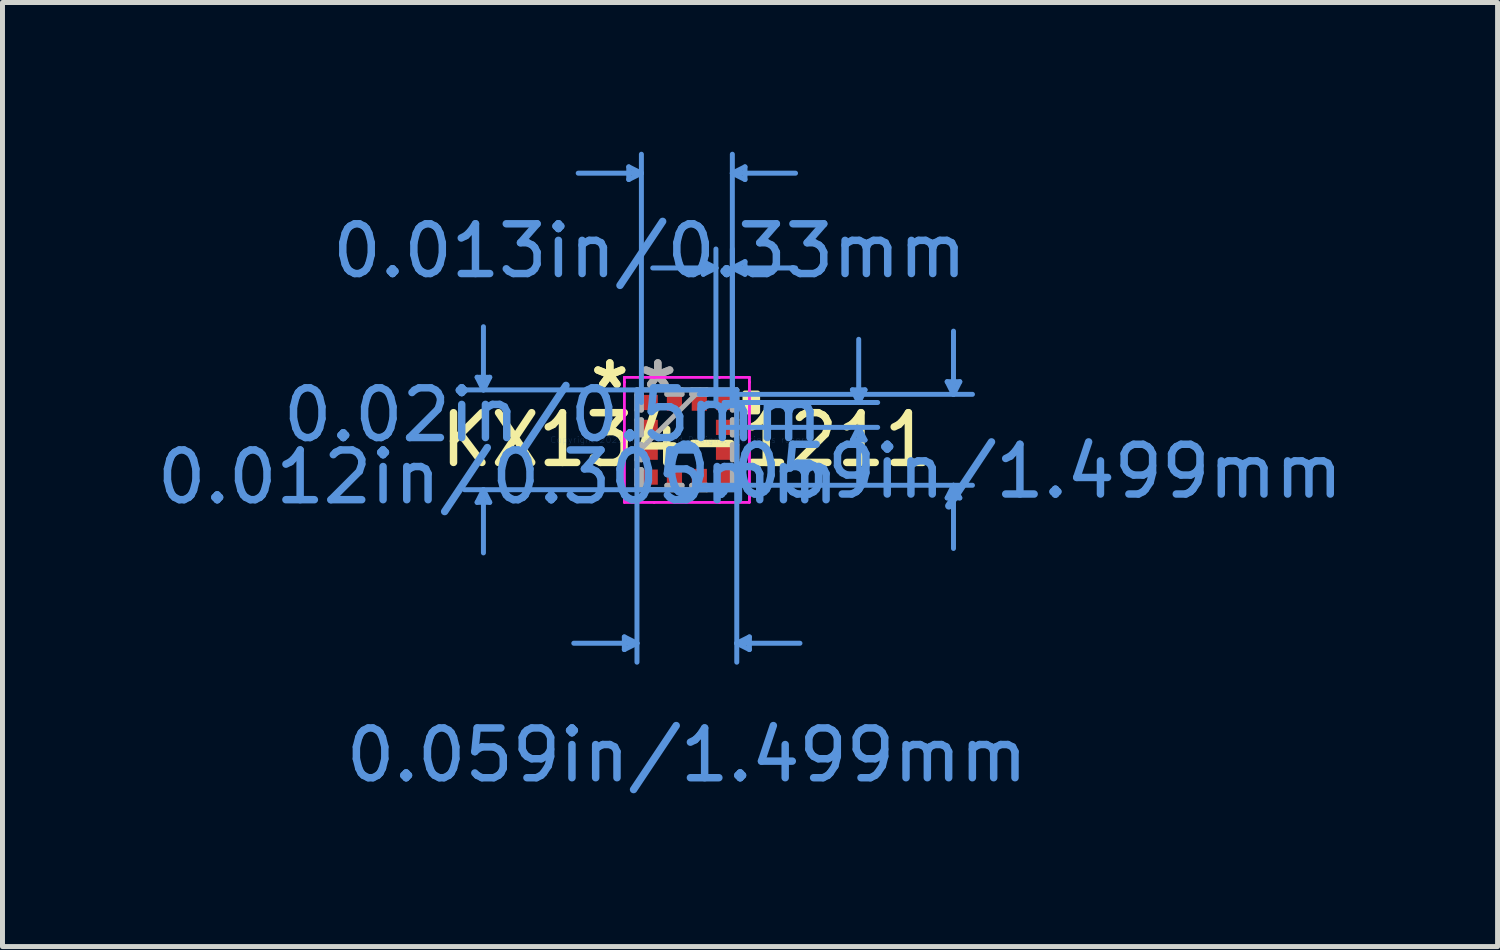
<source format=kicad_pcb>
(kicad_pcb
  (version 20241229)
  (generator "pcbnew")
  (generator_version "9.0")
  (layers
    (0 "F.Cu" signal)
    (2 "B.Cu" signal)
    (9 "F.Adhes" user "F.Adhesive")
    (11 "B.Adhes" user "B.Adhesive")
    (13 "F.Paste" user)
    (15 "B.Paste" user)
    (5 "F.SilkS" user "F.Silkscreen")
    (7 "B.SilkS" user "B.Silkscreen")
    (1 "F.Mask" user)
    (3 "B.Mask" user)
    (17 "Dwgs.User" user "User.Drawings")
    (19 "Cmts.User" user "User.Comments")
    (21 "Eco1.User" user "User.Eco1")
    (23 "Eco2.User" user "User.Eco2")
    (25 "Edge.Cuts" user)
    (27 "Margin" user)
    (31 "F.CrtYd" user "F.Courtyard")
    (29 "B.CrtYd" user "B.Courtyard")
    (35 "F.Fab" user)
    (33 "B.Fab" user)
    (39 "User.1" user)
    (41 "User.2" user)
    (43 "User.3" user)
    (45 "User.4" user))
  (footprint "KX134-1211"
    (layer "F.Cu")
    (at 10.756 5.79)
    (property "Reference" "KX134-1211" (at 0 0 0) (layer "F.SilkS") (effects (font (size 1 1) (thickness 0.15))))
    (attr through_hole)
    (fp_poly (pts (xy 1.422 -0.941) (xy 1.422 -0.56) (xy 1.168 -0.56) (xy 1.168 -0.941)) (stroke (width 0.1) (type solid)) (fill yes) (layer "F.SilkS"))
    (fp_line (start -4.216 -1.257) (end -3.962 -1.257) (stroke (width 0.1) (type solid)) (layer "Cmts.User"))
    (fp_line (start -4.216 1.257) (end -3.962 1.257) (stroke (width 0.1) (type solid)) (layer "Cmts.User"))
    (fp_line (start -4.089 -1.003) (end -4.216 -1.257) (stroke (width 0.1) (type solid)) (layer "Cmts.User"))
    (fp_line (start -4.089 -1.003) (end -4.089 -2.273) (stroke (width 0.1) (type solid)) (layer "Cmts.User"))
    (fp_line (start -4.089 -1.003) (end -3.962 -1.257) (stroke (width 0.1) (type solid)) (layer "Cmts.User"))
    (fp_line (start -4.089 1.003) (end -4.216 1.257) (stroke (width 0.1) (type solid)) (layer "Cmts.User"))
    (fp_line (start -4.089 1.003) (end -4.089 2.273) (stroke (width 0.1) (type solid)) (layer "Cmts.User"))
    (fp_line (start -4.089 1.003) (end -3.962 1.257) (stroke (width 0.1) (type solid)) (layer "Cmts.User"))
    (fp_line (start -1.257 3.962) (end -1.257 4.216) (stroke (width 0.1) (type solid)) (layer "Cmts.User"))
    (fp_line (start -1.168 -5.486) (end -1.168 -5.232) (stroke (width 0.1) (type solid)) (layer "Cmts.User"))
    (fp_line (start -1.003 -1.003) (end -1.003 4.47) (stroke (width 0.1) (type solid)) (layer "Cmts.User"))
    (fp_line (start -1.003 4.089) (end -2.273 4.089) (stroke (width 0.1) (type solid)) (layer "Cmts.User"))
    (fp_line (start -1.003 4.089) (end -1.257 3.962) (stroke (width 0.1) (type solid)) (layer "Cmts.User"))
    (fp_line (start -1.003 4.089) (end -1.257 4.216) (stroke (width 0.1) (type solid)) (layer "Cmts.User"))
    (fp_line (start -0.914 -5.359) (end -2.184 -5.359) (stroke (width 0.1) (type solid)) (layer "Cmts.User"))
    (fp_line (start -0.914 -5.359) (end -1.168 -5.486) (stroke (width 0.1) (type solid)) (layer "Cmts.User"))
    (fp_line (start -0.914 -5.359) (end -1.168 -5.232) (stroke (width 0.1) (type solid)) (layer "Cmts.User"))
    (fp_line (start -0.914 -0.75) (end -0.914 -5.74) (stroke (width 0.1) (type solid)) (layer "Cmts.User"))
    (fp_line (start 0.25 -0.914) (end 5.74 -0.914) (stroke (width 0.1) (type solid)) (layer "Cmts.User"))
    (fp_line (start 0.25 0.914) (end 5.74 0.914) (stroke (width 0.1) (type solid)) (layer "Cmts.User"))
    (fp_line (start 0.33 -3.581) (end 0.33 -3.327) (stroke (width 0.1) (type solid)) (layer "Cmts.User"))
    (fp_line (start 0.584 -3.454) (end -0.686 -3.454) (stroke (width 0.1) (type solid)) (layer "Cmts.User"))
    (fp_line (start 0.584 -3.454) (end 0.33 -3.581) (stroke (width 0.1) (type solid)) (layer "Cmts.User"))
    (fp_line (start 0.584 -3.454) (end 0.33 -3.327) (stroke (width 0.1) (type solid)) (layer "Cmts.User"))
    (fp_line (start 0.584 -0.75) (end 0.584 -3.835) (stroke (width 0.1) (type solid)) (layer "Cmts.User"))
    (fp_line (start 0.749 -0.75) (end 3.835 -0.75) (stroke (width 0.1) (type solid)) (layer "Cmts.User"))
    (fp_line (start 0.749 -0.25) (end 3.835 -0.25) (stroke (width 0.1) (type solid)) (layer "Cmts.User"))
    (fp_line (start 0.914 -5.359) (end 1.168 -5.486) (stroke (width 0.1) (type solid)) (layer "Cmts.User"))
    (fp_line (start 0.914 -5.359) (end 1.168 -5.232) (stroke (width 0.1) (type solid)) (layer "Cmts.User"))
    (fp_line (start 0.914 -5.359) (end 2.184 -5.359) (stroke (width 0.1) (type solid)) (layer "Cmts.User"))
    (fp_line (start 0.914 -3.454) (end 1.168 -3.581) (stroke (width 0.1) (type solid)) (layer "Cmts.User"))
    (fp_line (start 0.914 -3.454) (end 1.168 -3.327) (stroke (width 0.1) (type solid)) (layer "Cmts.User"))
    (fp_line (start 0.914 -3.454) (end 2.184 -3.454) (stroke (width 0.1) (type solid)) (layer "Cmts.User"))
    (fp_line (start 0.914 -0.75) (end 0.914 -5.74) (stroke (width 0.1) (type solid)) (layer "Cmts.User"))
    (fp_line (start 0.914 -0.75) (end 0.914 -3.835) (stroke (width 0.1) (type solid)) (layer "Cmts.User"))
    (fp_line (start 1.003 -1.003) (end -4.47 -1.003) (stroke (width 0.1) (type solid)) (layer "Cmts.User"))
    (fp_line (start 1.003 -1.003) (end 1.003 4.47) (stroke (width 0.1) (type solid)) (layer "Cmts.User"))
    (fp_line (start 1.003 1.003) (end -4.47 1.003) (stroke (width 0.1) (type solid)) (layer "Cmts.User"))
    (fp_line (start 1.003 4.089) (end 1.257 3.962) (stroke (width 0.1) (type solid)) (layer "Cmts.User"))
    (fp_line (start 1.003 4.089) (end 1.257 4.216) (stroke (width 0.1) (type solid)) (layer "Cmts.User"))
    (fp_line (start 1.003 4.089) (end 2.273 4.089) (stroke (width 0.1) (type solid)) (layer "Cmts.User"))
    (fp_line (start 1.168 -5.486) (end 1.168 -5.232) (stroke (width 0.1) (type solid)) (layer "Cmts.User"))
    (fp_line (start 1.168 -3.581) (end 1.168 -3.327) (stroke (width 0.1) (type solid)) (layer "Cmts.User"))
    (fp_line (start 1.257 3.962) (end 1.257 4.216) (stroke (width 0.1) (type solid)) (layer "Cmts.User"))
    (fp_line (start 3.327 -1.004) (end 3.581 -1.004) (stroke (width 0.1) (type solid)) (layer "Cmts.User"))
    (fp_line (start 3.327 0.004) (end 3.581 0.004) (stroke (width 0.1) (type solid)) (layer "Cmts.User"))
    (fp_line (start 3.454 -0.75) (end 3.327 -1.004) (stroke (width 0.1) (type solid)) (layer "Cmts.User"))
    (fp_line (start 3.454 -0.75) (end 3.454 -2.02) (stroke (width 0.1) (type solid)) (layer "Cmts.User"))
    (fp_line (start 3.454 -0.75) (end 3.581 -1.004) (stroke (width 0.1) (type solid)) (layer "Cmts.User"))
    (fp_line (start 3.454 -0.25) (end 3.327 0.004) (stroke (width 0.1) (type solid)) (layer "Cmts.User"))
    (fp_line (start 3.454 -0.25) (end 3.454 1.02) (stroke (width 0.1) (type solid)) (layer "Cmts.User"))
    (fp_line (start 3.454 -0.25) (end 3.581 0.004) (stroke (width 0.1) (type solid)) (layer "Cmts.User"))
    (fp_line (start 5.232 -1.168) (end 5.486 -1.168) (stroke (width 0.1) (type solid)) (layer "Cmts.User"))
    (fp_line (start 5.232 1.168) (end 5.486 1.168) (stroke (width 0.1) (type solid)) (layer "Cmts.User"))
    (fp_line (start 5.359 -0.914) (end 5.232 -1.168) (stroke (width 0.1) (type solid)) (layer "Cmts.User"))
    (fp_line (start 5.359 -0.914) (end 5.359 -2.184) (stroke (width 0.1) (type solid)) (layer "Cmts.User"))
    (fp_line (start 5.359 -0.914) (end 5.486 -1.168) (stroke (width 0.1) (type solid)) (layer "Cmts.User"))
    (fp_line (start 5.359 0.914) (end 5.232 1.168) (stroke (width 0.1) (type solid)) (layer "Cmts.User"))
    (fp_line (start 5.359 0.914) (end 5.359 2.184) (stroke (width 0.1) (type solid)) (layer "Cmts.User"))
    (fp_line (start 5.359 0.914) (end 5.486 1.168) (stroke (width 0.1) (type solid)) (layer "Cmts.User"))
    (fp_line (start -1.257 -1.257) (end -0.656 -1.257) (stroke (width 0.05) (type solid)) (layer "F.CrtYd"))
    (fp_line (start -1.257 -1.257) (end -0.656 -1.257) (stroke (width 0.05) (type solid)) (layer "F.CrtYd"))
    (fp_line (start -1.257 -1.156) (end -1.257 -1.257) (stroke (width 0.05) (type solid)) (layer "F.CrtYd"))
    (fp_line (start -1.257 -1.156) (end -1.257 -1.257) (stroke (width 0.05) (type solid)) (layer "F.CrtYd"))
    (fp_line (start -1.257 -1.156) (end -1.257 -1.156) (stroke (width 0.05) (type solid)) (layer "F.CrtYd"))
    (fp_line (start -1.257 -1.156) (end -1.257 -1.156) (stroke (width 0.05) (type solid)) (layer "F.CrtYd"))
    (fp_line (start -1.257 1.156) (end -1.257 -1.156) (stroke (width 0.05) (type solid)) (layer "F.CrtYd"))
    (fp_line (start -1.257 1.156) (end -1.257 -1.156) (stroke (width 0.05) (type solid)) (layer "F.CrtYd"))
    (fp_line (start -1.257 1.156) (end -1.257 1.156) (stroke (width 0.05) (type solid)) (layer "F.CrtYd"))
    (fp_line (start -1.257 1.156) (end -1.257 1.156) (stroke (width 0.05) (type solid)) (layer "F.CrtYd"))
    (fp_line (start -1.257 1.257) (end -1.257 1.156) (stroke (width 0.05) (type solid)) (layer "F.CrtYd"))
    (fp_line (start -1.257 1.257) (end -1.257 1.156) (stroke (width 0.05) (type solid)) (layer "F.CrtYd"))
    (fp_line (start -0.656 -1.257) (end -0.656 -1.257) (stroke (width 0.05) (type solid)) (layer "F.CrtYd"))
    (fp_line (start -0.656 -1.257) (end -0.656 -1.257) (stroke (width 0.05) (type solid)) (layer "F.CrtYd"))
    (fp_line (start -0.656 -1.257) (end 0.656 -1.257) (stroke (width 0.05) (type solid)) (layer "F.CrtYd"))
    (fp_line (start -0.656 -1.257) (end 0.656 -1.257) (stroke (width 0.05) (type solid)) (layer "F.CrtYd"))
    (fp_line (start -0.656 1.257) (end -1.257 1.257) (stroke (width 0.05) (type solid)) (layer "F.CrtYd"))
    (fp_line (start -0.656 1.257) (end -1.257 1.257) (stroke (width 0.05) (type solid)) (layer "F.CrtYd"))
    (fp_line (start -0.656 1.257) (end -0.656 1.257) (stroke (width 0.05) (type solid)) (layer "F.CrtYd"))
    (fp_line (start -0.656 1.257) (end -0.656 1.257) (stroke (width 0.05) (type solid)) (layer "F.CrtYd"))
    (fp_line (start 0.656 -1.257) (end 0.656 -1.257) (stroke (width 0.05) (type solid)) (layer "F.CrtYd"))
    (fp_line (start 0.656 -1.257) (end 0.656 -1.257) (stroke (width 0.05) (type solid)) (layer "F.CrtYd"))
    (fp_line (start 0.656 -1.257) (end 1.257 -1.257) (stroke (width 0.05) (type solid)) (layer "F.CrtYd"))
    (fp_line (start 0.656 -1.257) (end 1.257 -1.257) (stroke (width 0.05) (type solid)) (layer "F.CrtYd"))
    (fp_line (start 0.656 1.257) (end -0.656 1.257) (stroke (width 0.05) (type solid)) (layer "F.CrtYd"))
    (fp_line (start 0.656 1.257) (end -0.656 1.257) (stroke (width 0.05) (type solid)) (layer "F.CrtYd"))
    (fp_line (start 0.656 1.257) (end 0.656 1.257) (stroke (width 0.05) (type solid)) (layer "F.CrtYd"))
    (fp_line (start 0.656 1.257) (end 0.656 1.257) (stroke (width 0.05) (type solid)) (layer "F.CrtYd"))
    (fp_line (start 1.257 -1.257) (end 1.257 -1.156) (stroke (width 0.05) (type solid)) (layer "F.CrtYd"))
    (fp_line (start 1.257 -1.257) (end 1.257 -1.156) (stroke (width 0.05) (type solid)) (layer "F.CrtYd"))
    (fp_line (start 1.257 -1.156) (end 1.257 -1.156) (stroke (width 0.05) (type solid)) (layer "F.CrtYd"))
    (fp_line (start 1.257 -1.156) (end 1.257 -1.156) (stroke (width 0.05) (type solid)) (layer "F.CrtYd"))
    (fp_line (start 1.257 -1.156) (end 1.257 1.156) (stroke (width 0.05) (type solid)) (layer "F.CrtYd"))
    (fp_line (start 1.257 -1.156) (end 1.257 1.156) (stroke (width 0.05) (type solid)) (layer "F.CrtYd"))
    (fp_line (start 1.257 1.156) (end 1.257 1.156) (stroke (width 0.05) (type solid)) (layer "F.CrtYd"))
    (fp_line (start 1.257 1.156) (end 1.257 1.156) (stroke (width 0.05) (type solid)) (layer "F.CrtYd"))
    (fp_line (start 1.257 1.156) (end 1.257 1.257) (stroke (width 0.05) (type solid)) (layer "F.CrtYd"))
    (fp_line (start 1.257 1.156) (end 1.257 1.257) (stroke (width 0.05) (type solid)) (layer "F.CrtYd"))
    (fp_line (start 1.257 1.257) (end 0.656 1.257) (stroke (width 0.05) (type solid)) (layer "F.CrtYd"))
    (fp_line (start 1.257 1.257) (end 0.656 1.257) (stroke (width 0.05) (type solid)) (layer "F.CrtYd"))
    (fp_line (start -1.003 -1.003) (end -1.003 -1.003) (stroke (width 0.1) (type solid)) (layer "F.Fab"))
    (fp_line (start -1.003 -1.003) (end -1.003 1.003) (stroke (width 0.1) (type solid)) (layer "F.Fab"))
    (fp_line (start -1.003 -0.902) (end -0.914 -0.902) (stroke (width 0.1) (type solid)) (layer "F.Fab"))
    (fp_line (start -1.003 -0.598) (end -1.003 -0.902) (stroke (width 0.1) (type solid)) (layer "F.Fab"))
    (fp_line (start -1.003 -0.402) (end -0.914 -0.402) (stroke (width 0.1) (type solid)) (layer "F.Fab"))
    (fp_line (start -1.003 -0.098) (end -1.003 -0.402) (stroke (width 0.1) (type solid)) (layer "F.Fab"))
    (fp_line (start -1.003 0.098) (end -0.914 0.098) (stroke (width 0.1) (type solid)) (layer "F.Fab"))
    (fp_line (start -1.003 0.267) (end 0.267 -1.003) (stroke (width 0.1) (type solid)) (layer "F.Fab"))
    (fp_line (start -1.003 0.402) (end -1.003 0.098) (stroke (width 0.1) (type solid)) (layer "F.Fab"))
    (fp_line (start -1.003 0.598) (end -0.914 0.598) (stroke (width 0.1) (type solid)) (layer "F.Fab"))
    (fp_line (start -1.003 0.902) (end -1.003 0.598) (stroke (width 0.1) (type solid)) (layer "F.Fab"))
    (fp_line (start -1.003 1.003) (end -1.003 1.003) (stroke (width 0.1) (type solid)) (layer "F.Fab"))
    (fp_line (start -1.003 1.003) (end 1.003 1.003) (stroke (width 0.1) (type solid)) (layer "F.Fab"))
    (fp_line (start -0.914 -0.902) (end -0.914 -0.598) (stroke (width 0.1) (type solid)) (layer "F.Fab"))
    (fp_line (start -0.914 -0.598) (end -1.003 -0.598) (stroke (width 0.1) (type solid)) (layer "F.Fab"))
    (fp_line (start -0.914 -0.402) (end -0.914 -0.098) (stroke (width 0.1) (type solid)) (layer "F.Fab"))
    (fp_line (start -0.914 -0.098) (end -1.003 -0.098) (stroke (width 0.1) (type solid)) (layer "F.Fab"))
    (fp_line (start -0.914 0.098) (end -0.914 0.402) (stroke (width 0.1) (type solid)) (layer "F.Fab"))
    (fp_line (start -0.914 0.402) (end -1.003 0.402) (stroke (width 0.1) (type solid)) (layer "F.Fab"))
    (fp_line (start -0.914 0.598) (end -0.914 0.902) (stroke (width 0.1) (type solid)) (layer "F.Fab"))
    (fp_line (start -0.914 0.902) (end -1.003 0.902) (stroke (width 0.1) (type solid)) (layer "F.Fab"))
    (fp_line (start -0.402 -1.003) (end -0.098 -1.003) (stroke (width 0.1) (type solid)) (layer "F.Fab"))
    (fp_line (start -0.402 -0.914) (end -0.402 -1.003) (stroke (width 0.1) (type solid)) (layer "F.Fab"))
    (fp_line (start -0.402 0.914) (end -0.098 0.914) (stroke (width 0.1) (type solid)) (layer "F.Fab"))
    (fp_line (start -0.402 1.003) (end -0.402 0.914) (stroke (width 0.1) (type solid)) (layer "F.Fab"))
    (fp_line (start -0.098 -1.003) (end -0.098 -0.914) (stroke (width 0.1) (type solid)) (layer "F.Fab"))
    (fp_line (start -0.098 -0.914) (end -0.402 -0.914) (stroke (width 0.1) (type solid)) (layer "F.Fab"))
    (fp_line (start -0.098 0.914) (end -0.098 1.003) (stroke (width 0.1) (type solid)) (layer "F.Fab"))
    (fp_line (start -0.098 1.003) (end -0.402 1.003) (stroke (width 0.1) (type solid)) (layer "F.Fab"))
    (fp_line (start 0.098 -1.003) (end 0.402 -1.003) (stroke (width 0.1) (type solid)) (layer "F.Fab"))
    (fp_line (start 0.098 -0.914) (end 0.098 -1.003) (stroke (width 0.1) (type solid)) (layer "F.Fab"))
    (fp_line (start 0.098 0.914) (end 0.402 0.914) (stroke (width 0.1) (type solid)) (layer "F.Fab"))
    (fp_line (start 0.098 1.003) (end 0.098 0.914) (stroke (width 0.1) (type solid)) (layer "F.Fab"))
    (fp_line (start 0.402 -1.003) (end 0.402 -0.914) (stroke (width 0.1) (type solid)) (layer "F.Fab"))
    (fp_line (start 0.402 -0.914) (end 0.098 -0.914) (stroke (width 0.1) (type solid)) (layer "F.Fab"))
    (fp_line (start 0.402 0.914) (end 0.402 1.003) (stroke (width 0.1) (type solid)) (layer "F.Fab"))
    (fp_line (start 0.402 1.003) (end 0.098 1.003) (stroke (width 0.1) (type solid)) (layer "F.Fab"))
    (fp_line (start 0.914 -0.902) (end 1.003 -0.902) (stroke (width 0.1) (type solid)) (layer "F.Fab"))
    (fp_line (start 0.914 -0.598) (end 0.914 -0.902) (stroke (width 0.1) (type solid)) (layer "F.Fab"))
    (fp_line (start 0.914 -0.402) (end 1.003 -0.402) (stroke (width 0.1) (type solid)) (layer "F.Fab"))
    (fp_line (start 0.914 -0.098) (end 0.914 -0.402) (stroke (width 0.1) (type solid)) (layer "F.Fab"))
    (fp_line (start 0.914 0.098) (end 1.003 0.098) (stroke (width 0.1) (type solid)) (layer "F.Fab"))
    (fp_line (start 0.914 0.402) (end 0.914 0.098) (stroke (width 0.1) (type solid)) (layer "F.Fab"))
    (fp_line (start 0.914 0.598) (end 1.003 0.598) (stroke (width 0.1) (type solid)) (layer "F.Fab"))
    (fp_line (start 0.914 0.902) (end 0.914 0.598) (stroke (width 0.1) (type solid)) (layer "F.Fab"))
    (fp_line (start 1.003 -1.003) (end -1.003 -1.003) (stroke (width 0.1) (type solid)) (layer "F.Fab"))
    (fp_line (start 1.003 -1.003) (end 1.003 -1.003) (stroke (width 0.1) (type solid)) (layer "F.Fab"))
    (fp_line (start 1.003 -0.902) (end 1.003 -0.598) (stroke (width 0.1) (type solid)) (layer "F.Fab"))
    (fp_line (start 1.003 -0.598) (end 0.914 -0.598) (stroke (width 0.1) (type solid)) (layer "F.Fab"))
    (fp_line (start 1.003 -0.402) (end 1.003 -0.098) (stroke (width 0.1) (type solid)) (layer "F.Fab"))
    (fp_line (start 1.003 -0.098) (end 0.914 -0.098) (stroke (width 0.1) (type solid)) (layer "F.Fab"))
    (fp_line (start 1.003 0.098) (end 1.003 0.402) (stroke (width 0.1) (type solid)) (layer "F.Fab"))
    (fp_line (start 1.003 0.402) (end 0.914 0.402) (stroke (width 0.1) (type solid)) (layer "F.Fab"))
    (fp_line (start 1.003 0.598) (end 1.003 0.902) (stroke (width 0.1) (type solid)) (layer "F.Fab"))
    (fp_line (start 1.003 0.902) (end 0.914 0.902) (stroke (width 0.1) (type solid)) (layer "F.Fab"))
    (fp_line (start 1.003 1.003) (end 1.003 -1.003) (stroke (width 0.1) (type solid)) (layer "F.Fab"))
    (fp_line (start 1.003 1.003) (end 1.003 1.003) (stroke (width 0.1) (type solid)) (layer "F.Fab"))
    (fp_text user "*" (at -1.549 -1 0) (layer "F.SilkS") (effects (font (size 1 1) (thickness 0.15))))
    (fp_text user "*" (at -1.549 -1 0) (layer "F.SilkS") (effects (font (size 1 1) (thickness 0.15))))
    (fp_text user "0.059in/1.499mm" (at 6.337 0.635 0) (layer "Cmts.User") (effects (font (size 1 1) (thickness 0.15))))
    (fp_text user "0.013in/0.33mm" (at -0.749 -3.797 0) (layer "Cmts.User") (effects (font (size 1 1) (thickness 0.15))))
    (fp_text user "0.012in/0.305mm" (at -3.797 0.749 0) (layer "Cmts.User") (effects (font (size 1 1) (thickness 0.15))))
    (fp_text user "0.02in/0.5mm" (at -2.692 -0.5 0) (layer "Cmts.User") (effects (font (size 1 1) (thickness 0.15))))
    (fp_text user "0.059in/1.499mm" (at 0 6.337 0) (layer "Cmts.User") (effects (font (size 1 1) (thickness 0.15))))
    (fp_text user "Copyright 2021 Accelerated Designs. All rights reserved." (at 0 0 0) (layer "Cmts.User") (effects (font (size 0.127 0.127) (thickness 0.002))))
    (fp_text user "*" (at -0.584 -1 0) (layer "F.Fab") (effects (font (size 1 1) (thickness 0.15))))
    (fp_text user "*" (at -0.584 -1 0) (layer "F.Fab") (effects (font (size 1 1) (thickness 0.15))))
    (pad "1" smd rect (at -0.749 -0.75 90) (size 0.305 0.33) (layers "F.Cu" "F.Mask" "F.Paste"))
    (pad "2" smd rect (at -0.749 -0.25 90) (size 0.305 0.33) (layers "F.Cu" "F.Mask" "F.Paste"))
    (pad "3" smd rect (at -0.749 0.25 90) (size 0.305 0.33) (layers "F.Cu" "F.Mask" "F.Paste"))
    (pad "4" smd rect (at -0.749 0.75 90) (size 0.305 0.33) (layers "F.Cu" "F.Mask" "F.Paste"))
    (pad "5" smd rect (at -0.25 0.749) (size 0.305 0.33) (layers "F.Cu" "F.Mask" "F.Paste"))
    (pad "6" smd rect (at 0.25 0.749) (size 0.305 0.33) (layers "F.Cu" "F.Mask" "F.Paste"))
    (pad "7" smd rect (at 0.749 0.75 90) (size 0.305 0.33) (layers "F.Cu" "F.Mask" "F.Paste"))
    (pad "8" smd rect (at 0.749 0.25 90) (size 0.305 0.33) (layers "F.Cu" "F.Mask" "F.Paste"))
    (pad "9" smd rect (at 0.749 -0.25 90) (size 0.305 0.33) (layers "F.Cu" "F.Mask" "F.Paste"))
    (pad "10" smd rect (at 0.749 -0.75 90) (size 0.305 0.33) (layers "F.Cu" "F.Mask" "F.Paste"))
    (pad "11" smd rect (at 0.25 -0.749) (size 0.305 0.33) (layers "F.Cu" "F.Mask" "F.Paste"))
    (pad "12" smd rect (at -0.25 -0.749) (size 0.305 0.33) (layers "F.Cu" "F.Mask" "F.Paste")))
  (gr_rect
    (start -3 -3)
    (end 27.051 15.976)
    (stroke (width 0.1) (type default))
    (fill no)
    (layer "Edge.Cuts")))
</source>
